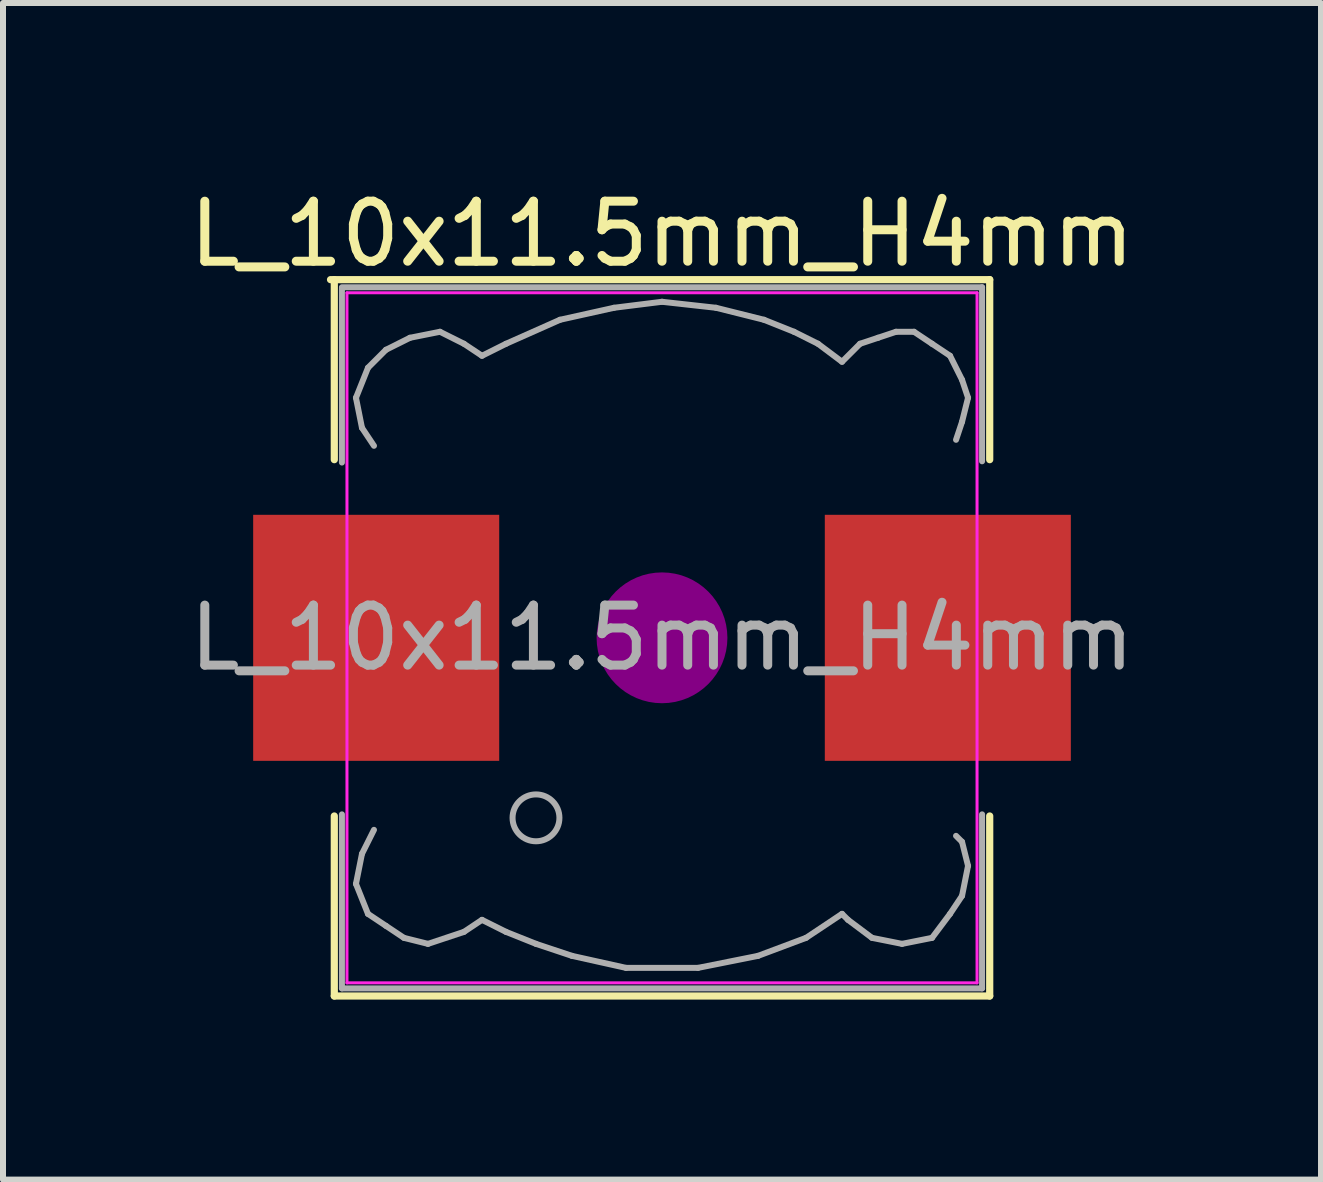
<source format=kicad_pcb>
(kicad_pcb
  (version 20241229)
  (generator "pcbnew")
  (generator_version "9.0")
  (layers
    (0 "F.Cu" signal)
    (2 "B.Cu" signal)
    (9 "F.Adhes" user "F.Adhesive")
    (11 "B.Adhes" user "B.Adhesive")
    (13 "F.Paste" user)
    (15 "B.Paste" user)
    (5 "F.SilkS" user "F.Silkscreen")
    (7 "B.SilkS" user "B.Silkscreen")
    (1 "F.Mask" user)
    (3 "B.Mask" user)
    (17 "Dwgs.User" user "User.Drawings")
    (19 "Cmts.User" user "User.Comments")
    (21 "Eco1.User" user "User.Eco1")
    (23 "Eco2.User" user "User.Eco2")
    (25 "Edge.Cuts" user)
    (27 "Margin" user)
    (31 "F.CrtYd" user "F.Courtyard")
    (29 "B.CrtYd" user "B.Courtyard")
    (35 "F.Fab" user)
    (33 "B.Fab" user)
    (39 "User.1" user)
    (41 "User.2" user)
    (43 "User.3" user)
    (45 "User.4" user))
  (footprint "L_10x11.5mm_H4mm"
    (layer "F.Cu")
    (at 7.982 7.579)
    (property "Reference" "L_10x11.5mm_H4mm" (at 0 -6.731 0) (layer "F.SilkS") (effects (font (size 1 1) (thickness 0.15))))
    (attr smd)
    (fp_line (start -5.524 -5.969) (end 5.461 -5.969) (stroke (width 0.12) (type solid)) (layer "F.SilkS"))
    (fp_line (start -5.461 -2.969) (end -5.461 -5.969) (stroke (width 0.12) (type solid)) (layer "F.SilkS"))
    (fp_line (start -5.461 5.969) (end -5.461 2.969) (stroke (width 0.12) (type solid)) (layer "F.SilkS"))
    (fp_line (start 5.461 -5.969) (end 5.461 -2.969) (stroke (width 0.12) (type solid)) (layer "F.SilkS"))
    (fp_line (start 5.461 2.969) (end 5.461 5.969) (stroke (width 0.12) (type solid)) (layer "F.SilkS"))
    (fp_line (start 5.461 5.969) (end -5.461 5.969) (stroke (width 0.12) (type solid)) (layer "F.SilkS"))
    (fp_circle (center 0 0) (end 0.15 0.15) (stroke (width 0.38) (type solid)) (fill no) (layer "F.Adhes"))
    (fp_circle (center 0 0) (end 0.55 0) (stroke (width 0.38) (type solid)) (fill no) (layer "F.Adhes"))
    (fp_circle (center 0 0) (end 0.9 0) (stroke (width 0.38) (type solid)) (fill no) (layer "F.Adhes"))
    (fp_line (start -5.25 -5.75) (end 5.25 -5.75) (stroke (width 0.05) (type solid)) (layer "F.CrtYd"))
    (fp_line (start -5.25 5.75) (end -5.25 -5.75) (stroke (width 0.05) (type solid)) (layer "F.CrtYd"))
    (fp_line (start 5.25 -5.75) (end 5.25 5.75) (stroke (width 0.05) (type solid)) (layer "F.CrtYd"))
    (fp_line (start 5.25 5.75) (end -5.25 5.75) (stroke (width 0.05) (type solid)) (layer "F.CrtYd"))
    (fp_line (start -5.334 -5.821) (end -5.334 -2.921) (stroke (width 0.1) (type solid)) (layer "F.Fab"))
    (fp_line (start -5.334 2.942) (end -5.334 5.842) (stroke (width 0.1) (type solid)) (layer "F.Fab"))
    (fp_line (start -5.334 5.842) (end 5.334 5.842) (stroke (width 0.1) (type solid)) (layer "F.Fab"))
    (fp_line (start -5.1 -4) (end -5 -3.5) (stroke (width 0.1) (type solid)) (layer "F.Fab"))
    (fp_line (start -5.1 4.1) (end -5 3.6) (stroke (width 0.1) (type solid)) (layer "F.Fab"))
    (fp_line (start -5 -3.5) (end -4.8 -3.2) (stroke (width 0.1) (type solid)) (layer "F.Fab"))
    (fp_line (start -5 3.6) (end -4.8 3.2) (stroke (width 0.1) (type solid)) (layer "F.Fab"))
    (fp_line (start -4.9 -4.5) (end -5.1 -4) (stroke (width 0.1) (type solid)) (layer "F.Fab"))
    (fp_line (start -4.9 4.6) (end -5.1 4.1) (stroke (width 0.1) (type solid)) (layer "F.Fab"))
    (fp_line (start -4.6 -4.8) (end -4.9 -4.5) (stroke (width 0.1) (type solid)) (layer "F.Fab"))
    (fp_line (start -4.6 4.8) (end -4.9 4.6) (stroke (width 0.1) (type solid)) (layer "F.Fab"))
    (fp_line (start -4.3 5) (end -4.6 4.8) (stroke (width 0.1) (type solid)) (layer "F.Fab"))
    (fp_line (start -4.2 -5) (end -4.6 -4.8) (stroke (width 0.1) (type solid)) (layer "F.Fab"))
    (fp_line (start -3.9 5.1) (end -4.3 5) (stroke (width 0.1) (type solid)) (layer "F.Fab"))
    (fp_line (start -3.7 -5.1) (end -4.2 -5) (stroke (width 0.1) (type solid)) (layer "F.Fab"))
    (fp_line (start -3.3 -4.9) (end -3.7 -5.1) (stroke (width 0.1) (type solid)) (layer "F.Fab"))
    (fp_line (start -3.3 4.9) (end -3.9 5.1) (stroke (width 0.1) (type solid)) (layer "F.Fab"))
    (fp_line (start -3 -4.7) (end -3.3 -4.9) (stroke (width 0.1) (type solid)) (layer "F.Fab"))
    (fp_line (start -3 4.7) (end -3.3 4.9) (stroke (width 0.1) (type solid)) (layer "F.Fab"))
    (fp_line (start -2.6 -4.9) (end -3 -4.7) (stroke (width 0.1) (type solid)) (layer "F.Fab"))
    (fp_line (start -2.6 4.9) (end -3 4.7) (stroke (width 0.1) (type solid)) (layer "F.Fab"))
    (fp_line (start -2.1 5.1) (end -2.6 4.9) (stroke (width 0.1) (type solid)) (layer "F.Fab"))
    (fp_line (start -1.7 -5.3) (end -2.6 -4.9) (stroke (width 0.1) (type solid)) (layer "F.Fab"))
    (fp_line (start -1.5 5.3) (end -2.1 5.1) (stroke (width 0.1) (type solid)) (layer "F.Fab"))
    (fp_line (start -0.8 -5.5) (end -1.7 -5.3) (stroke (width 0.1) (type solid)) (layer "F.Fab"))
    (fp_line (start -0.6 5.5) (end -1.5 5.3) (stroke (width 0.1) (type solid)) (layer "F.Fab"))
    (fp_line (start 0 -5.6) (end -0.8 -5.5) (stroke (width 0.1) (type solid)) (layer "F.Fab"))
    (fp_line (start 0.6 5.5) (end -0.6 5.5) (stroke (width 0.1) (type solid)) (layer "F.Fab"))
    (fp_line (start 0.9 -5.5) (end 0 -5.6) (stroke (width 0.1) (type solid)) (layer "F.Fab"))
    (fp_line (start 1.6 5.3) (end 0.6 5.5) (stroke (width 0.1) (type solid)) (layer "F.Fab"))
    (fp_line (start 1.7 -5.3) (end 0.9 -5.5) (stroke (width 0.1) (type solid)) (layer "F.Fab"))
    (fp_line (start 2.2 -5.1) (end 1.7 -5.3) (stroke (width 0.1) (type solid)) (layer "F.Fab"))
    (fp_line (start 2.4 5) (end 1.6 5.3) (stroke (width 0.1) (type solid)) (layer "F.Fab"))
    (fp_line (start 2.6 -4.9) (end 2.2 -5.1) (stroke (width 0.1) (type solid)) (layer "F.Fab"))
    (fp_line (start 3 -4.6) (end 2.6 -4.9) (stroke (width 0.1) (type solid)) (layer "F.Fab"))
    (fp_line (start 3 4.6) (end 2.4 5) (stroke (width 0.1) (type solid)) (layer "F.Fab"))
    (fp_line (start 3.1 4.7) (end 3 4.6) (stroke (width 0.1) (type solid)) (layer "F.Fab"))
    (fp_line (start 3.3 -4.9) (end 3 -4.6) (stroke (width 0.1) (type solid)) (layer "F.Fab"))
    (fp_line (start 3.5 5) (end 3.1 4.7) (stroke (width 0.1) (type solid)) (layer "F.Fab"))
    (fp_line (start 3.6 -5) (end 3.3 -4.9) (stroke (width 0.1) (type solid)) (layer "F.Fab"))
    (fp_line (start 3.9 -5.1) (end 3.6 -5) (stroke (width 0.1) (type solid)) (layer "F.Fab"))
    (fp_line (start 4 5.1) (end 3.5 5) (stroke (width 0.1) (type solid)) (layer "F.Fab"))
    (fp_line (start 4.2 -5.1) (end 3.9 -5.1) (stroke (width 0.1) (type solid)) (layer "F.Fab"))
    (fp_line (start 4.5 -4.9) (end 4.2 -5.1) (stroke (width 0.1) (type solid)) (layer "F.Fab"))
    (fp_line (start 4.5 5) (end 4 5.1) (stroke (width 0.1) (type solid)) (layer "F.Fab"))
    (fp_line (start 4.8 -4.7) (end 4.5 -4.9) (stroke (width 0.1) (type solid)) (layer "F.Fab"))
    (fp_line (start 4.8 4.6) (end 4.5 5) (stroke (width 0.1) (type solid)) (layer "F.Fab"))
    (fp_line (start 4.9 -3.3) (end 5 -3.6) (stroke (width 0.1) (type solid)) (layer "F.Fab"))
    (fp_line (start 4.9 3.3) (end 5 3.4) (stroke (width 0.1) (type solid)) (layer "F.Fab"))
    (fp_line (start 5 -4.3) (end 4.8 -4.7) (stroke (width 0.1) (type solid)) (layer "F.Fab"))
    (fp_line (start 5 -3.6) (end 5.1 -4) (stroke (width 0.1) (type solid)) (layer "F.Fab"))
    (fp_line (start 5 3.4) (end 5.1 3.8) (stroke (width 0.1) (type solid)) (layer "F.Fab"))
    (fp_line (start 5 4.3) (end 4.8 4.6) (stroke (width 0.1) (type solid)) (layer "F.Fab"))
    (fp_line (start 5.1 -4) (end 5 -4.3) (stroke (width 0.1) (type solid)) (layer "F.Fab"))
    (fp_line (start 5.1 3.8) (end 5 4.3) (stroke (width 0.1) (type solid)) (layer "F.Fab"))
    (fp_line (start 5.334 -5.842) (end -5.334 -5.842) (stroke (width 0.1) (type solid)) (layer "F.Fab"))
    (fp_line (start 5.334 -5.842) (end 5.334 -2.942) (stroke (width 0.1) (type solid)) (layer "F.Fab"))
    (fp_line (start 5.334 5.842) (end 5.334 2.942) (stroke (width 0.1) (type solid)) (layer "F.Fab"))
    (fp_circle (center -2.1 3) (end -1.8 3.25) (stroke (width 0.1) (type solid)) (fill no) (layer "F.Fab"))
    (fp_text user "${REFERENCE}" (at 0 0 0) (layer "F.Fab") (effects (font (size 1 1) (thickness 0.15))))
    (pad "1" smd rect (at -4.763 0) (size 4.1 4.1) (layers "F.Cu" "F.Mask" "F.Paste"))
    (pad "2" smd rect (at 4.763 0) (size 4.1 4.1) (layers "F.Cu" "F.Mask" "F.Paste")))
  (gr_rect
    (start -3 -3)
    (end 18.964 16.608)
    (stroke (width 0.1) (type default))
    (fill no)
    (layer "Edge.Cuts")))
</source>
